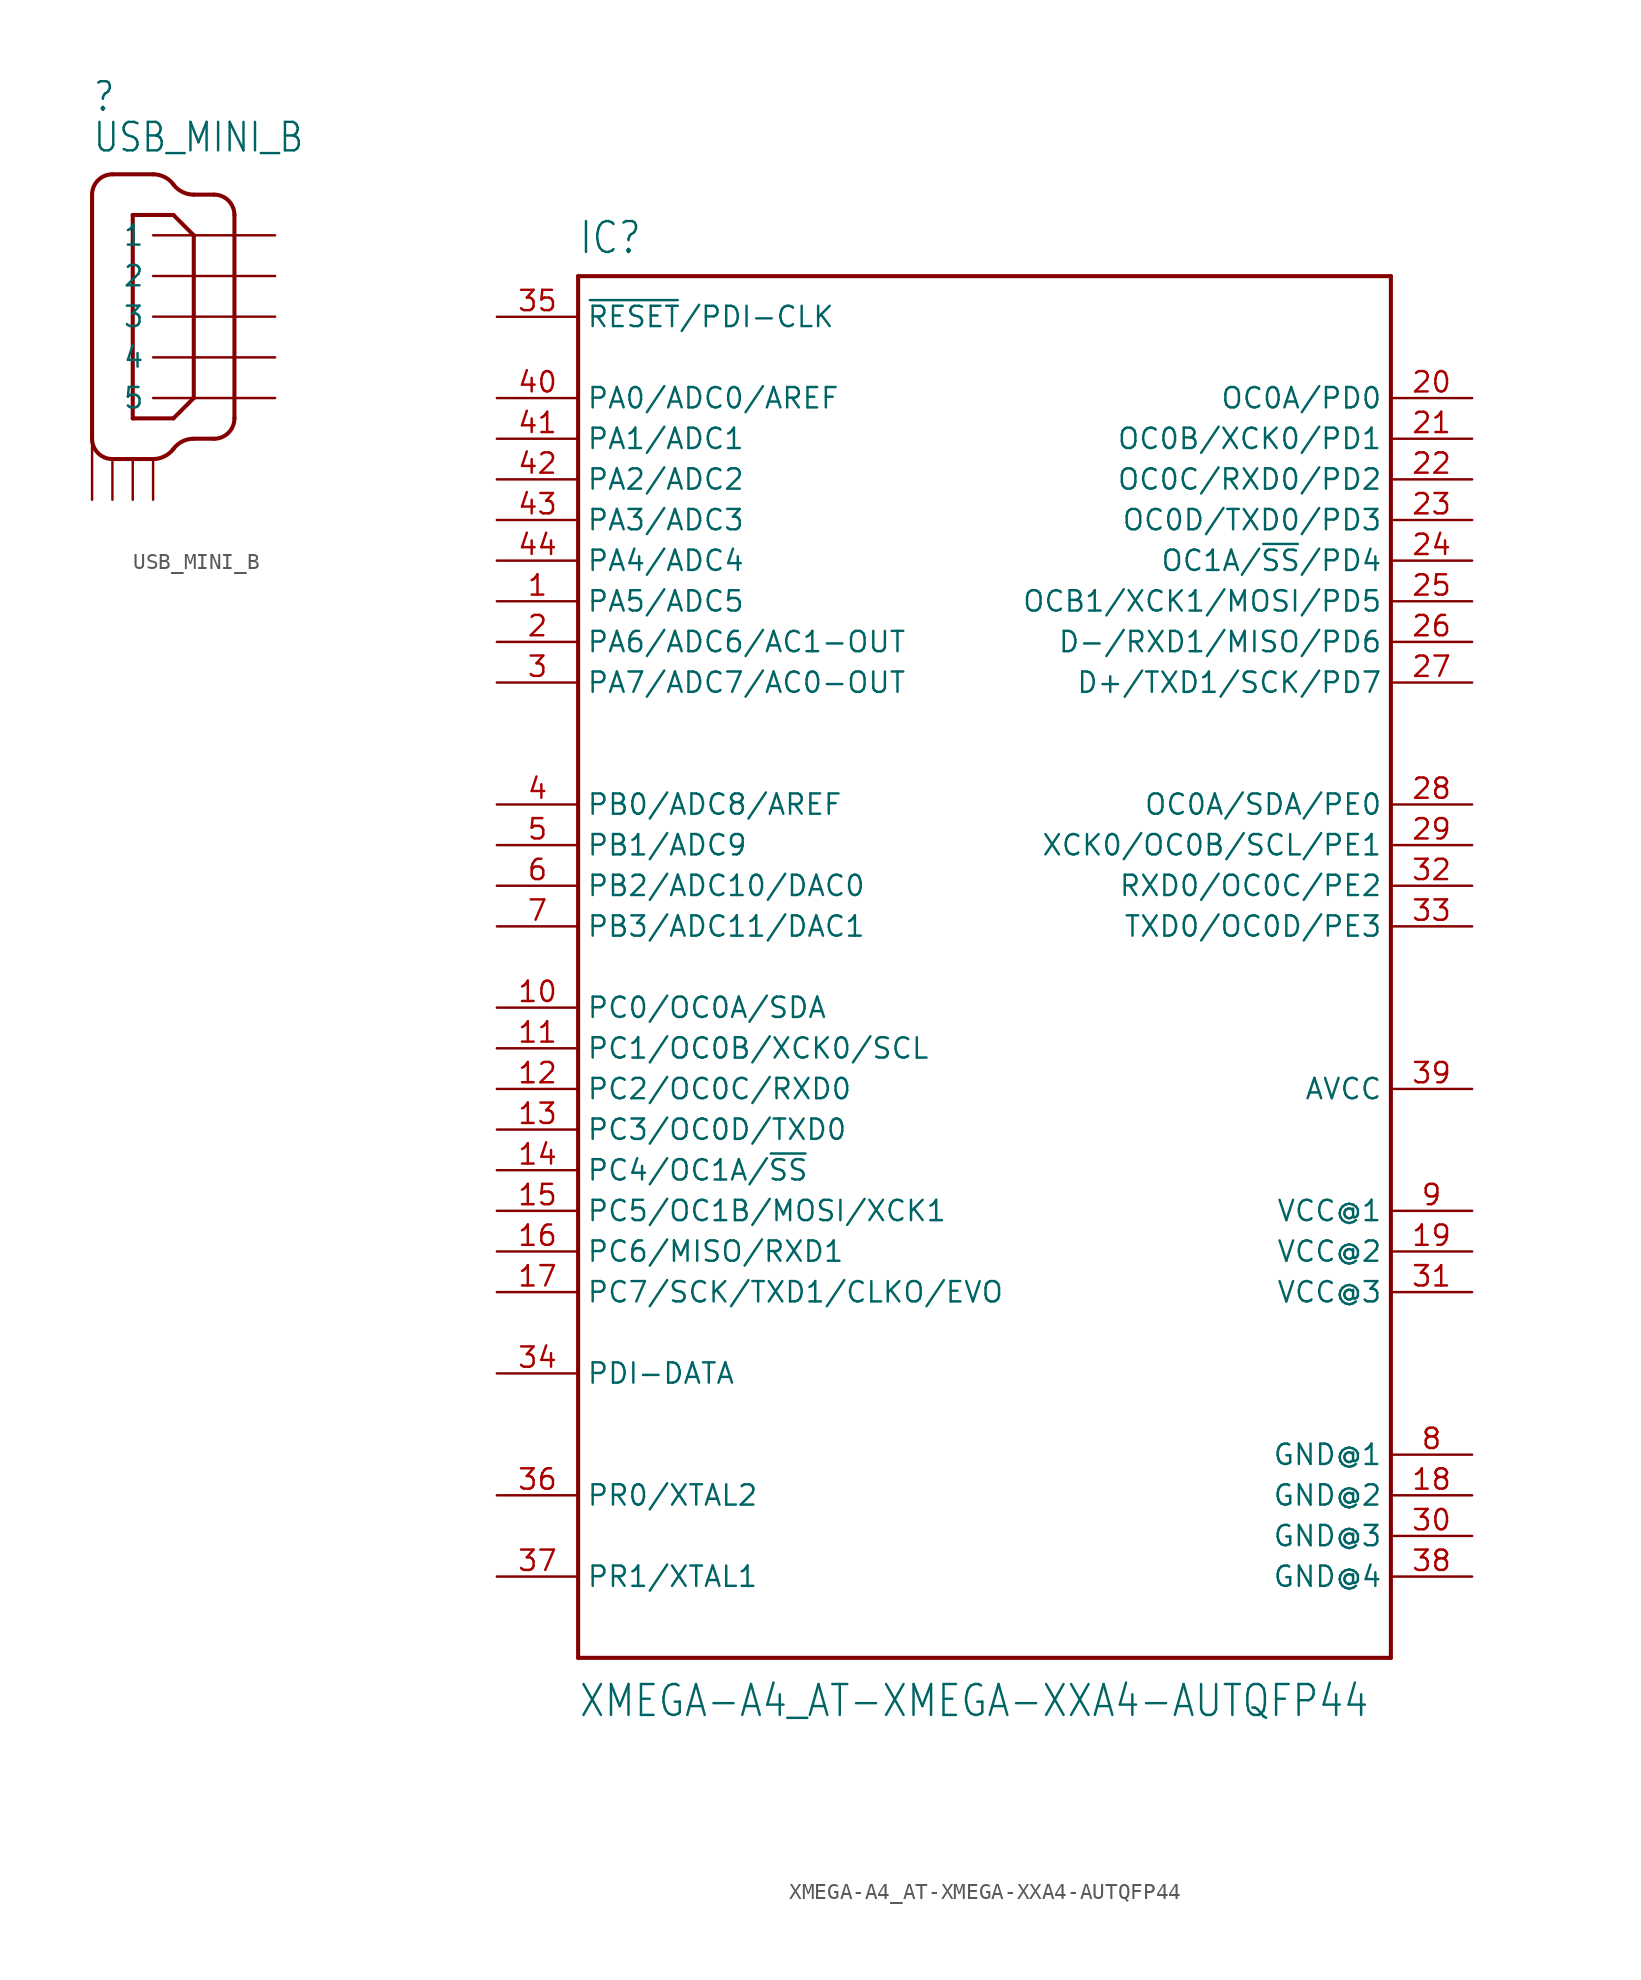
<source format=kicad_sym>
(kicad_symbol_lib
  (version 20211014)
  (generator kicad_symbol_editor)
  (symbol "USB_MINI_B"
    (property "Reference" ""
      (at -3.81 12.7 0)
      (effects (font (size 1.778 1.511)) (justify left bottom)))
    (property "Value" "USB_MINI_B"
      (at -3.81 10.16 0)
      (effects (font (size 1.778 1.511)) (justify left bottom)))
    (property "ki_locked" ""
      (at 0 0 0)
      (effects (font (size 1.27 1.27))))
    (symbol "USB_MINI_B_1_0"
      (arc (start -3.81 -7.62) (mid -3.438 -8.518) (end -2.54 -8.89) (stroke (width 0.254) (type default) (color 0 0 0 0)) (fill (type none)))
      (arc (start -2.54 8.89) (mid -3.438 8.518) (end -3.81 7.62) (stroke (width 0.254) (type default) (color 0 0 0 0)) (fill (type none)))
      (arc (start 0 -8.89) (mid 0.71 -8.7224) (end 1.27 -8.255) (stroke (width 0.254) (type default) (color 0 0 0 0)) (fill (type none)))
      (polyline (pts (xy -3.81 7.62) (xy -3.81 -7.62)) (stroke (width 0.254) (type default) (color 0 0 0 0)) (fill (type none)))
      (polyline (pts (xy -2.54 -8.89) (xy 0 -8.89)) (stroke (width 0.254) (type default) (color 0 0 0 0)) (fill (type none)))
      (polyline (pts (xy -2.54 8.89) (xy 0 8.89)) (stroke (width 0.254) (type default) (color 0 0 0 0)) (fill (type none)))
      (polyline (pts (xy -1.27 -6.35) (xy -1.27 6.35)) (stroke (width 0.254) (type default) (color 0 0 0 0)) (fill (type none)))
      (polyline (pts (xy -1.27 6.35) (xy 1.27 6.35)) (stroke (width 0.254) (type default) (color 0 0 0 0)) (fill (type none)))
      (polyline (pts (xy 1.27 -6.35) (xy -1.27 -6.35)) (stroke (width 0.254) (type default) (color 0 0 0 0)) (fill (type none)))
      (polyline (pts (xy 1.27 6.35) (xy 2.54 5.08)) (stroke (width 0.254) (type default) (color 0 0 0 0)) (fill (type none)))
      (polyline (pts (xy 2.54 -7.62) (xy 3.81 -7.62)) (stroke (width 0.254) (type default) (color 0 0 0 0)) (fill (type none)))
      (polyline (pts (xy 2.54 -5.08) (xy 1.27 -6.35)) (stroke (width 0.254) (type default) (color 0 0 0 0)) (fill (type none)))
      (polyline (pts (xy 2.54 5.08) (xy 2.54 -5.08)) (stroke (width 0.254) (type default) (color 0 0 0 0)) (fill (type none)))
      (polyline (pts (xy 2.54 7.62) (xy 3.81 7.62)) (stroke (width 0.254) (type default) (color 0 0 0 0)) (fill (type none)))
      (polyline (pts (xy 5.08 -6.35) (xy 5.08 6.35)) (stroke (width 0.254) (type default) (color 0 0 0 0)) (fill (type none)))
      (arc (start 1.27 8.255) (mid 0.71 8.7225) (end 0 8.89) (stroke (width 0.254) (type default) (color 0 0 0 0)) (fill (type none)))
      (arc (start 1.27 8.255) (mid 1.83 7.7876) (end 2.54 7.62) (stroke (width 0.254) (type default) (color 0 0 0 0)) (fill (type none)))
      (arc (start 2.54 -7.62) (mid 1.8301 -7.7876) (end 1.27 -8.255) (stroke (width 0.254) (type default) (color 0 0 0 0)) (fill (type none)))
      (arc (start 3.81 -7.62) (mid 4.708 -7.248) (end 5.08 -6.35) (stroke (width 0.254) (type default) (color 0 0 0 0)) (fill (type none)))
      (arc (start 5.08 6.35) (mid 4.708 7.248) (end 3.81 7.62) (stroke (width 0.254) (type default) (color 0 0 0 0)) (fill (type none)))
      (pin bidirectional line (at 7.62 5.08 180) (length 7.62) (name "1" (effects (font (size 1.27 1.27)))) (number "P$1" (effects (font (size 0 0)))))
      (pin bidirectional line (at 7.62 2.54 180) (length 7.62) (name "2" (effects (font (size 1.27 1.27)))) (number "P$2" (effects (font (size 0 0)))))
      (pin bidirectional line (at 7.62 0 180) (length 7.62) (name "3" (effects (font (size 1.27 1.27)))) (number "P$3" (effects (font (size 0 0)))))
      (pin bidirectional line (at 7.62 -2.54 180) (length 7.62) (name "4" (effects (font (size 1.27 1.27)))) (number "P$4" (effects (font (size 0 0)))))
      (pin bidirectional line (at 7.62 -5.08 180) (length 7.62) (name "5" (effects (font (size 1.27 1.27)))) (number "P$5" (effects (font (size 0 0)))))
      (pin bidirectional line (at 0 -11.43 90) (length 2.54) (name "P$1" (effects (font (size 0 0)))) (number "SHIELD_1" (effects (font (size 0 0)))))
      (pin bidirectional line (at -1.27 -11.43 90) (length 2.54) (name "P$2" (effects (font (size 0 0)))) (number "SHIELD_2" (effects (font (size 0 0)))))
      (pin bidirectional line (at -2.54 -11.43 90) (length 2.54) (name "P$3" (effects (font (size 0 0)))) (number "SHIELD_3" (effects (font (size 0 0)))))
      (pin bidirectional line (at -3.81 -11.43 90) (length 5.08) (name "P$4" (effects (font (size 0 0)))) (number "SHIELD_4" (effects (font (size 0 0)))))))
  (symbol "XMEGA-A4_AT-XMEGA-XXA4-AUTQFP44"
    (property "Reference" "IC"
      (at -25.4 44.45 0)
      (effects (font (size 1.93 1.641)) (justify left bottom)))
    (property "Value" "XMEGA-A4_AT-XMEGA-XXA4-AUTQFP44"
      (at -25.4 -46.99 0)
      (effects (font (size 1.93 1.641)) (justify left bottom)))
    (property "ki_locked" ""
      (at 0 0 0)
      (effects (font (size 1.27 1.27))))
    (symbol "XMEGA-A4_AT-XMEGA-XXA4-AUTQFP44_1_0"
      (polyline (pts (xy -25.4 -43.18) (xy -25.4 43.18)) (stroke (width 0.254) (type default) (color 0 0 0 0)) (fill (type none)))
      (polyline (pts (xy -25.4 43.18) (xy 25.4 43.18)) (stroke (width 0.254) (type default) (color 0 0 0 0)) (fill (type none)))
      (polyline (pts (xy 25.4 -43.18) (xy -25.4 -43.18)) (stroke (width 0.254) (type default) (color 0 0 0 0)) (fill (type none)))
      (polyline (pts (xy 25.4 43.18) (xy 25.4 -43.18)) (stroke (width 0.254) (type default) (color 0 0 0 0)) (fill (type none)))
      (pin bidirectional line (at -30.48 22.86 0) (length 5.08) (name "PA5/ADC5" (effects (font (size 1.27 1.27)))) (number "1" (effects (font (size 1.27 1.27)))))
      (pin bidirectional line (at -30.48 -2.54 0) (length 5.08) (name "PC0/OC0A/SDA" (effects (font (size 1.27 1.27)))) (number "10" (effects (font (size 1.27 1.27)))))
      (pin bidirectional line (at -30.48 -5.08 0) (length 5.08) (name "PC1/OC0B/XCK0/SCL" (effects (font (size 1.27 1.27)))) (number "11" (effects (font (size 1.27 1.27)))))
      (pin bidirectional line (at -30.48 -7.62 0) (length 5.08) (name "PC2/OC0C/RXD0" (effects (font (size 1.27 1.27)))) (number "12" (effects (font (size 1.27 1.27)))))
      (pin bidirectional line (at -30.48 -10.16 0) (length 5.08) (name "PC3/OC0D/TXD0" (effects (font (size 1.27 1.27)))) (number "13" (effects (font (size 1.27 1.27)))))
      (pin bidirectional line (at -30.48 -12.7 0) (length 5.08) (name "PC4/OC1A/~{SS}" (effects (font (size 1.27 1.27)))) (number "14" (effects (font (size 1.27 1.27)))))
      (pin bidirectional line (at -30.48 -15.24 0) (length 5.08) (name "PC5/OC1B/MOSI/XCK1" (effects (font (size 1.27 1.27)))) (number "15" (effects (font (size 1.27 1.27)))))
      (pin bidirectional line (at -30.48 -17.78 0) (length 5.08) (name "PC6/MISO/RXD1" (effects (font (size 1.27 1.27)))) (number "16" (effects (font (size 1.27 1.27)))))
      (pin bidirectional line (at -30.48 -20.32 0) (length 5.08) (name "PC7/SCK/TXD1/CLKO/EVO" (effects (font (size 1.27 1.27)))) (number "17" (effects (font (size 1.27 1.27)))))
      (pin power_in line (at 30.48 -33.02 180) (length 5.08) (name "GND@2" (effects (font (size 1.27 1.27)))) (number "18" (effects (font (size 1.27 1.27)))))
      (pin power_in line (at 30.48 -17.78 180) (length 5.08) (name "VCC@2" (effects (font (size 1.27 1.27)))) (number "19" (effects (font (size 1.27 1.27)))))
      (pin bidirectional line (at -30.48 20.32 0) (length 5.08) (name "PA6/ADC6/AC1-OUT" (effects (font (size 1.27 1.27)))) (number "2" (effects (font (size 1.27 1.27)))))
      (pin bidirectional line (at 30.48 35.56 180) (length 5.08) (name "OC0A/PD0" (effects (font (size 1.27 1.27)))) (number "20" (effects (font (size 1.27 1.27)))))
      (pin bidirectional line (at 30.48 33.02 180) (length 5.08) (name "OC0B/XCK0/PD1" (effects (font (size 1.27 1.27)))) (number "21" (effects (font (size 1.27 1.27)))))
      (pin bidirectional line (at 30.48 30.48 180) (length 5.08) (name "OC0C/RXD0/PD2" (effects (font (size 1.27 1.27)))) (number "22" (effects (font (size 1.27 1.27)))))
      (pin bidirectional line (at 30.48 27.94 180) (length 5.08) (name "OC0D/TXD0/PD3" (effects (font (size 1.27 1.27)))) (number "23" (effects (font (size 1.27 1.27)))))
      (pin bidirectional line (at 30.48 25.4 180) (length 5.08) (name "OC1A/~{SS}/PD4" (effects (font (size 1.27 1.27)))) (number "24" (effects (font (size 1.27 1.27)))))
      (pin bidirectional line (at 30.48 22.86 180) (length 5.08) (name "OCB1/XCK1/MOSI/PD5" (effects (font (size 1.27 1.27)))) (number "25" (effects (font (size 1.27 1.27)))))
      (pin bidirectional line (at 30.48 20.32 180) (length 5.08) (name "D-/RXD1/MISO/PD6" (effects (font (size 1.27 1.27)))) (number "26" (effects (font (size 1.27 1.27)))))
      (pin bidirectional line (at 30.48 17.78 180) (length 5.08) (name "D+/TXD1/SCK/PD7" (effects (font (size 1.27 1.27)))) (number "27" (effects (font (size 1.27 1.27)))))
      (pin bidirectional line (at 30.48 10.16 180) (length 5.08) (name "OC0A/SDA/PE0" (effects (font (size 1.27 1.27)))) (number "28" (effects (font (size 1.27 1.27)))))
      (pin bidirectional line (at 30.48 7.62 180) (length 5.08) (name "XCK0/OC0B/SCL/PE1" (effects (font (size 1.27 1.27)))) (number "29" (effects (font (size 1.27 1.27)))))
      (pin bidirectional line (at -30.48 17.78 0) (length 5.08) (name "PA7/ADC7/AC0-OUT" (effects (font (size 1.27 1.27)))) (number "3" (effects (font (size 1.27 1.27)))))
      (pin power_in line (at 30.48 -35.56 180) (length 5.08) (name "GND@3" (effects (font (size 1.27 1.27)))) (number "30" (effects (font (size 1.27 1.27)))))
      (pin power_in line (at 30.48 -20.32 180) (length 5.08) (name "VCC@3" (effects (font (size 1.27 1.27)))) (number "31" (effects (font (size 1.27 1.27)))))
      (pin bidirectional line (at 30.48 5.08 180) (length 5.08) (name "RXD0/OC0C/PE2" (effects (font (size 1.27 1.27)))) (number "32" (effects (font (size 1.27 1.27)))))
      (pin bidirectional line (at 30.48 2.54 180) (length 5.08) (name "TXD0/OC0D/PE3" (effects (font (size 1.27 1.27)))) (number "33" (effects (font (size 1.27 1.27)))))
      (pin bidirectional line (at -30.48 -25.4 0) (length 5.08) (name "PDI-DATA" (effects (font (size 1.27 1.27)))) (number "34" (effects (font (size 1.27 1.27)))))
      (pin input line (at -30.48 40.64 0) (length 5.08) (name "~{RESET}/PDI-CLK" (effects (font (size 1.27 1.27)))) (number "35" (effects (font (size 1.27 1.27)))))
      (pin bidirectional line (at -30.48 -33.02 0) (length 5.08) (name "PR0/XTAL2" (effects (font (size 1.27 1.27)))) (number "36" (effects (font (size 1.27 1.27)))))
      (pin bidirectional line (at -30.48 -38.1 0) (length 5.08) (name "PR1/XTAL1" (effects (font (size 1.27 1.27)))) (number "37" (effects (font (size 1.27 1.27)))))
      (pin power_in line (at 30.48 -38.1 180) (length 5.08) (name "GND@4" (effects (font (size 1.27 1.27)))) (number "38" (effects (font (size 1.27 1.27)))))
      (pin power_in line (at 30.48 -7.62 180) (length 5.08) (name "AVCC" (effects (font (size 1.27 1.27)))) (number "39" (effects (font (size 1.27 1.27)))))
      (pin bidirectional line (at -30.48 10.16 0) (length 5.08) (name "PB0/ADC8/AREF" (effects (font (size 1.27 1.27)))) (number "4" (effects (font (size 1.27 1.27)))))
      (pin bidirectional line (at -30.48 35.56 0) (length 5.08) (name "PA0/ADC0/AREF" (effects (font (size 1.27 1.27)))) (number "40" (effects (font (size 1.27 1.27)))))
      (pin bidirectional line (at -30.48 33.02 0) (length 5.08) (name "PA1/ADC1" (effects (font (size 1.27 1.27)))) (number "41" (effects (font (size 1.27 1.27)))))
      (pin bidirectional line (at -30.48 30.48 0) (length 5.08) (name "PA2/ADC2" (effects (font (size 1.27 1.27)))) (number "42" (effects (font (size 1.27 1.27)))))
      (pin bidirectional line (at -30.48 27.94 0) (length 5.08) (name "PA3/ADC3" (effects (font (size 1.27 1.27)))) (number "43" (effects (font (size 1.27 1.27)))))
      (pin bidirectional line (at -30.48 25.4 0) (length 5.08) (name "PA4/ADC4" (effects (font (size 1.27 1.27)))) (number "44" (effects (font (size 1.27 1.27)))))
      (pin bidirectional line (at -30.48 7.62 0) (length 5.08) (name "PB1/ADC9" (effects (font (size 1.27 1.27)))) (number "5" (effects (font (size 1.27 1.27)))))
      (pin bidirectional line (at -30.48 5.08 0) (length 5.08) (name "PB2/ADC10/DAC0" (effects (font (size 1.27 1.27)))) (number "6" (effects (font (size 1.27 1.27)))))
      (pin bidirectional line (at -30.48 2.54 0) (length 5.08) (name "PB3/ADC11/DAC1" (effects (font (size 1.27 1.27)))) (number "7" (effects (font (size 1.27 1.27)))))
      (pin power_in line (at 30.48 -30.48 180) (length 5.08) (name "GND@1" (effects (font (size 1.27 1.27)))) (number "8" (effects (font (size 1.27 1.27)))))
      (pin power_in line (at 30.48 -15.24 180) (length 5.08) (name "VCC@1" (effects (font (size 1.27 1.27)))) (number "9" (effects (font (size 1.27 1.27))))))))
</source>
